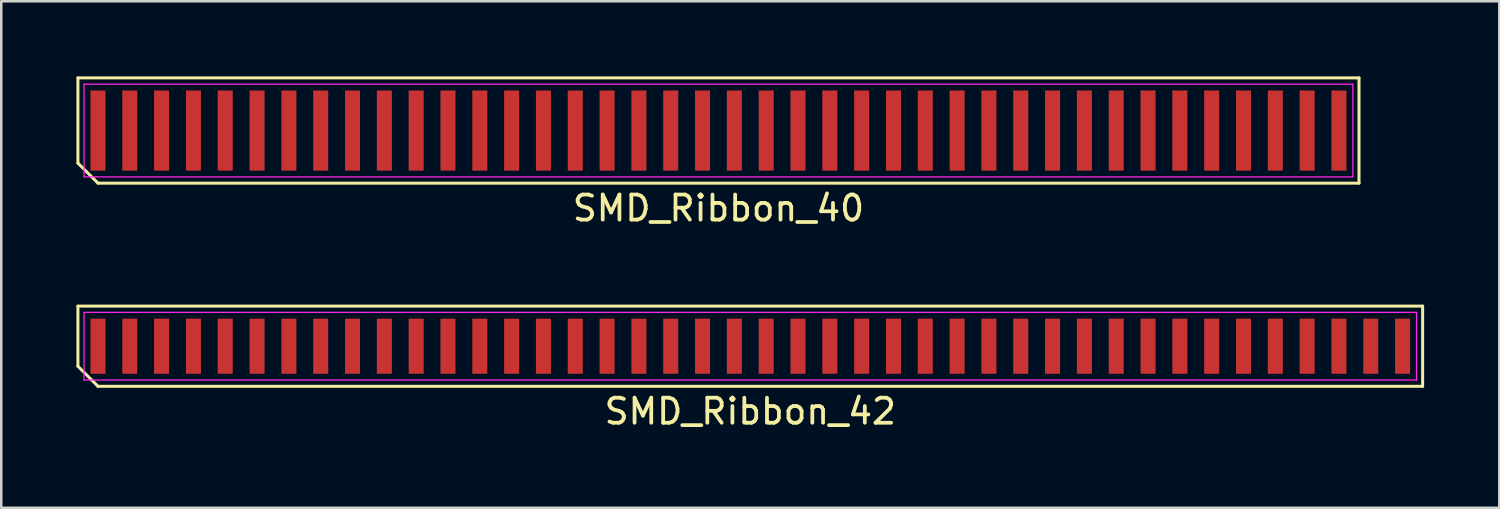
<source format=kicad_pcb>
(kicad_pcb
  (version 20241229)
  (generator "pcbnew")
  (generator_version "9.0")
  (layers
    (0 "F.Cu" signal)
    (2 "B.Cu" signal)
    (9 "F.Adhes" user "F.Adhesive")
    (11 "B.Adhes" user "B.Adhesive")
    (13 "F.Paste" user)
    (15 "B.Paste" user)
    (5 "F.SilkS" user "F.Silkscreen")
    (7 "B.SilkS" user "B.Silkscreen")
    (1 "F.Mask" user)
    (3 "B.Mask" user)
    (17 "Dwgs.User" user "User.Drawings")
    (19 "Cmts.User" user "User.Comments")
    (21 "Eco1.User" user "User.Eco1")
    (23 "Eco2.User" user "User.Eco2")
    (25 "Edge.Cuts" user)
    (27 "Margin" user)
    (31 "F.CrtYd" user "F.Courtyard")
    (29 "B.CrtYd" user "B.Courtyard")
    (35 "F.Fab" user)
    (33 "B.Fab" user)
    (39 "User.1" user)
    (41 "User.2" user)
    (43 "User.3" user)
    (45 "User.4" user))
  (footprint "SMD_Ribbon_42"
    (layer "F.Cu")
    (at 26.895 10.768)
    (property "Reference" "SMD_Ribbon_42" (at 0 2.6 0) (layer "F.SilkS") (effects (font (size 1 1) (thickness 0.15))))
    (attr smd)
    (fp_line (start -26.835 -1.6) (end 26.835 -1.6) (stroke (width 0.12) (type solid)) (layer "F.SilkS"))
    (fp_line (start -26.835 0.8) (end -26.835 -1.6) (stroke (width 0.12) (type solid)) (layer "F.SilkS"))
    (fp_line (start -26.035 1.6) (end -26.835 0.8) (stroke (width 0.12) (type solid)) (layer "F.SilkS"))
    (fp_line (start 26.835 -1.6) (end 26.835 1.6) (stroke (width 0.12) (type solid)) (layer "F.SilkS"))
    (fp_line (start 26.835 1.6) (end -26.035 1.6) (stroke (width 0.12) (type solid)) (layer "F.SilkS"))
    (fp_line (start -26.59 -1.35) (end 26.59 -1.35) (stroke (width 0.05) (type solid)) (layer "F.CrtYd"))
    (fp_line (start -26.59 1.35) (end -26.59 -1.35) (stroke (width 0.05) (type solid)) (layer "F.CrtYd"))
    (fp_line (start 26.59 -1.35) (end 26.59 1.35) (stroke (width 0.05) (type solid)) (layer "F.CrtYd"))
    (fp_line (start 26.59 1.35) (end -26.59 1.35) (stroke (width 0.05) (type solid)) (layer "F.CrtYd"))
    (pad "1" smd rect (at -26.035 0) (size 0.6 2.2) (layers "F.Cu" "F.Mask" "F.Paste"))
    (pad "2" smd rect (at -24.765 0) (size 0.6 2.2) (layers "F.Cu" "F.Mask" "F.Paste"))
    (pad "3" smd rect (at -23.495 0) (size 0.6 2.2) (layers "F.Cu" "F.Mask" "F.Paste"))
    (pad "4" smd rect (at -22.225 0) (size 0.6 2.2) (layers "F.Cu" "F.Mask" "F.Paste"))
    (pad "5" smd rect (at -20.955 0) (size 0.6 2.2) (layers "F.Cu" "F.Mask" "F.Paste"))
    (pad "6" smd rect (at -19.685 0) (size 0.6 2.2) (layers "F.Cu" "F.Mask" "F.Paste"))
    (pad "7" smd rect (at -18.415 0) (size 0.6 2.2) (layers "F.Cu" "F.Mask" "F.Paste"))
    (pad "8" smd rect (at -17.145 0) (size 0.6 2.2) (layers "F.Cu" "F.Mask" "F.Paste"))
    (pad "9" smd rect (at -15.875 0) (size 0.6 2.2) (layers "F.Cu" "F.Mask" "F.Paste"))
    (pad "10" smd rect (at -14.605 0) (size 0.6 2.2) (layers "F.Cu" "F.Mask" "F.Paste"))
    (pad "11" smd rect (at -13.335 0) (size 0.6 2.2) (layers "F.Cu" "F.Mask" "F.Paste"))
    (pad "12" smd rect (at -12.065 0) (size 0.6 2.2) (layers "F.Cu" "F.Mask" "F.Paste"))
    (pad "13" smd rect (at -10.795 0) (size 0.6 2.2) (layers "F.Cu" "F.Mask" "F.Paste"))
    (pad "14" smd rect (at -9.525 0) (size 0.6 2.2) (layers "F.Cu" "F.Mask" "F.Paste"))
    (pad "15" smd rect (at -8.255 0) (size 0.6 2.2) (layers "F.Cu" "F.Mask" "F.Paste"))
    (pad "16" smd rect (at -6.985 0) (size 0.6 2.2) (layers "F.Cu" "F.Mask" "F.Paste"))
    (pad "17" smd rect (at -5.715 0) (size 0.6 2.2) (layers "F.Cu" "F.Mask" "F.Paste"))
    (pad "18" smd rect (at -4.445 0) (size 0.6 2.2) (layers "F.Cu" "F.Mask" "F.Paste"))
    (pad "19" smd rect (at -3.175 0) (size 0.6 2.2) (layers "F.Cu" "F.Mask" "F.Paste"))
    (pad "20" smd rect (at -1.905 0) (size 0.6 2.2) (layers "F.Cu" "F.Mask" "F.Paste"))
    (pad "21" smd rect (at -0.635 0) (size 0.6 2.2) (layers "F.Cu" "F.Mask" "F.Paste"))
    (pad "22" smd rect (at 0.635 0) (size 0.6 2.2) (layers "F.Cu" "F.Mask" "F.Paste"))
    (pad "23" smd rect (at 1.905 0) (size 0.6 2.2) (layers "F.Cu" "F.Mask" "F.Paste"))
    (pad "24" smd rect (at 3.175 0) (size 0.6 2.2) (layers "F.Cu" "F.Mask" "F.Paste"))
    (pad "25" smd rect (at 4.445 0) (size 0.6 2.2) (layers "F.Cu" "F.Mask" "F.Paste"))
    (pad "26" smd rect (at 5.715 0) (size 0.6 2.2) (layers "F.Cu" "F.Mask" "F.Paste"))
    (pad "27" smd rect (at 6.985 0) (size 0.6 2.2) (layers "F.Cu" "F.Mask" "F.Paste"))
    (pad "28" smd rect (at 8.255 0) (size 0.6 2.2) (layers "F.Cu" "F.Mask" "F.Paste"))
    (pad "29" smd rect (at 9.525 0) (size 0.6 2.2) (layers "F.Cu" "F.Mask" "F.Paste"))
    (pad "30" smd rect (at 10.795 0) (size 0.6 2.2) (layers "F.Cu" "F.Mask" "F.Paste"))
    (pad "31" smd rect (at 12.065 0) (size 0.6 2.2) (layers "F.Cu" "F.Mask" "F.Paste"))
    (pad "32" smd rect (at 13.335 0) (size 0.6 2.2) (layers "F.Cu" "F.Mask" "F.Paste"))
    (pad "33" smd rect (at 14.605 0) (size 0.6 2.2) (layers "F.Cu" "F.Mask" "F.Paste"))
    (pad "34" smd rect (at 15.875 0) (size 0.6 2.2) (layers "F.Cu" "F.Mask" "F.Paste"))
    (pad "35" smd rect (at 17.145 0) (size 0.6 2.2) (layers "F.Cu" "F.Mask" "F.Paste"))
    (pad "36" smd rect (at 18.415 0) (size 0.6 2.2) (layers "F.Cu" "F.Mask" "F.Paste"))
    (pad "37" smd rect (at 19.685 0) (size 0.6 2.2) (layers "F.Cu" "F.Mask" "F.Paste"))
    (pad "38" smd rect (at 20.955 0) (size 0.6 2.2) (layers "F.Cu" "F.Mask" "F.Paste"))
    (pad "39" smd rect (at 22.225 0) (size 0.6 2.2) (layers "F.Cu" "F.Mask" "F.Paste"))
    (pad "40" smd rect (at 23.495 0) (size 0.6 2.2) (layers "F.Cu" "F.Mask" "F.Paste"))
    (pad "41" smd rect (at 24.765 0) (size 0.6 2.2) (layers "F.Cu" "F.Mask" "F.Paste"))
    (pad "42" smd rect (at 26.035 0) (size 0.6 2.2) (layers "F.Cu" "F.Mask" "F.Paste")))
  (footprint "SMD_Ribbon_40"
    (layer "F.Cu")
    (at 25.625 2.66)
    (property "Reference" "SMD_Ribbon_40" (at 0 2.6 0) (layer "F.SilkS") (effects (font (size 1 1) (thickness 0.15))))
    (attr smd)
    (fp_line (start -25.565 -2.6) (end 25.565 -2.6) (stroke (width 0.12) (type solid)) (layer "F.SilkS"))
    (fp_line (start -25.565 0.8) (end -25.565 -2.6) (stroke (width 0.12) (type solid)) (layer "F.SilkS"))
    (fp_line (start -24.765 1.6) (end -25.565 0.8) (stroke (width 0.12) (type solid)) (layer "F.SilkS"))
    (fp_line (start 25.565 -2.6) (end 25.565 1.6) (stroke (width 0.12) (type solid)) (layer "F.SilkS"))
    (fp_line (start 25.565 1.6) (end -24.765 1.6) (stroke (width 0.12) (type solid)) (layer "F.SilkS"))
    (fp_line (start -25.32 -2.35) (end 25.32 -2.35) (stroke (width 0.05) (type solid)) (layer "F.CrtYd"))
    (fp_line (start -25.32 1.35) (end -25.32 -2.35) (stroke (width 0.05) (type solid)) (layer "F.CrtYd"))
    (fp_line (start 25.32 -2.35) (end 25.32 1.35) (stroke (width 0.05) (type solid)) (layer "F.CrtYd"))
    (fp_line (start 25.32 1.35) (end -25.32 1.35) (stroke (width 0.05) (type solid)) (layer "F.CrtYd"))
    (pad "1" smd rect (at -24.765 -0.5) (size 0.6 3.2) (layers "F.Cu" "F.Mask" "F.Paste"))
    (pad "2" smd rect (at -23.495 -0.5) (size 0.6 3.2) (layers "F.Cu" "F.Mask" "F.Paste"))
    (pad "3" smd rect (at -22.225 -0.5) (size 0.6 3.2) (layers "F.Cu" "F.Mask" "F.Paste"))
    (pad "4" smd rect (at -20.955 -0.5) (size 0.6 3.2) (layers "F.Cu" "F.Mask" "F.Paste"))
    (pad "5" smd rect (at -19.685 -0.5) (size 0.6 3.2) (layers "F.Cu" "F.Mask" "F.Paste"))
    (pad "6" smd rect (at -18.415 -0.5) (size 0.6 3.2) (layers "F.Cu" "F.Mask" "F.Paste"))
    (pad "7" smd rect (at -17.145 -0.5) (size 0.6 3.2) (layers "F.Cu" "F.Mask" "F.Paste"))
    (pad "8" smd rect (at -15.875 -0.5) (size 0.6 3.2) (layers "F.Cu" "F.Mask" "F.Paste"))
    (pad "9" smd rect (at -14.605 -0.5) (size 0.6 3.2) (layers "F.Cu" "F.Mask" "F.Paste"))
    (pad "10" smd rect (at -13.335 -0.5) (size 0.6 3.2) (layers "F.Cu" "F.Mask" "F.Paste"))
    (pad "11" smd rect (at -12.065 -0.5) (size 0.6 3.2) (layers "F.Cu" "F.Mask" "F.Paste"))
    (pad "12" smd rect (at -10.795 -0.5) (size 0.6 3.2) (layers "F.Cu" "F.Mask" "F.Paste"))
    (pad "13" smd rect (at -9.525 -0.5) (size 0.6 3.2) (layers "F.Cu" "F.Mask" "F.Paste"))
    (pad "14" smd rect (at -8.255 -0.5) (size 0.6 3.2) (layers "F.Cu" "F.Mask" "F.Paste"))
    (pad "15" smd rect (at -6.985 -0.5) (size 0.6 3.2) (layers "F.Cu" "F.Mask" "F.Paste"))
    (pad "16" smd rect (at -5.715 -0.5) (size 0.6 3.2) (layers "F.Cu" "F.Mask" "F.Paste"))
    (pad "17" smd rect (at -4.445 -0.5) (size 0.6 3.2) (layers "F.Cu" "F.Mask" "F.Paste"))
    (pad "18" smd rect (at -3.175 -0.5) (size 0.6 3.2) (layers "F.Cu" "F.Mask" "F.Paste"))
    (pad "19" smd rect (at -1.905 -0.5) (size 0.6 3.2) (layers "F.Cu" "F.Mask" "F.Paste"))
    (pad "20" smd rect (at -0.635 -0.5) (size 0.6 3.2) (layers "F.Cu" "F.Mask" "F.Paste"))
    (pad "21" smd rect (at 0.635 -0.5) (size 0.6 3.2) (layers "F.Cu" "F.Mask" "F.Paste"))
    (pad "22" smd rect (at 1.905 -0.5) (size 0.6 3.2) (layers "F.Cu" "F.Mask" "F.Paste"))
    (pad "23" smd rect (at 3.175 -0.5) (size 0.6 3.2) (layers "F.Cu" "F.Mask" "F.Paste"))
    (pad "24" smd rect (at 4.445 -0.5) (size 0.6 3.2) (layers "F.Cu" "F.Mask" "F.Paste"))
    (pad "25" smd rect (at 5.715 -0.5) (size 0.6 3.2) (layers "F.Cu" "F.Mask" "F.Paste"))
    (pad "26" smd rect (at 6.985 -0.5) (size 0.6 3.2) (layers "F.Cu" "F.Mask" "F.Paste"))
    (pad "27" smd rect (at 8.255 -0.5) (size 0.6 3.2) (layers "F.Cu" "F.Mask" "F.Paste"))
    (pad "28" smd rect (at 9.525 -0.5) (size 0.6 3.2) (layers "F.Cu" "F.Mask" "F.Paste"))
    (pad "29" smd rect (at 10.795 -0.5) (size 0.6 3.2) (layers "F.Cu" "F.Mask" "F.Paste"))
    (pad "30" smd rect (at 12.065 -0.5) (size 0.6 3.2) (layers "F.Cu" "F.Mask" "F.Paste"))
    (pad "31" smd rect (at 13.335 -0.5) (size 0.6 3.2) (layers "F.Cu" "F.Mask" "F.Paste"))
    (pad "32" smd rect (at 14.605 -0.5) (size 0.6 3.2) (layers "F.Cu" "F.Mask" "F.Paste"))
    (pad "33" smd rect (at 15.875 -0.5) (size 0.6 3.2) (layers "F.Cu" "F.Mask" "F.Paste"))
    (pad "34" smd rect (at 17.145 -0.5) (size 0.6 3.2) (layers "F.Cu" "F.Mask" "F.Paste"))
    (pad "35" smd rect (at 18.415 -0.5) (size 0.6 3.2) (layers "F.Cu" "F.Mask" "F.Paste"))
    (pad "36" smd rect (at 19.685 -0.5) (size 0.6 3.2) (layers "F.Cu" "F.Mask" "F.Paste"))
    (pad "37" smd rect (at 20.955 -0.5) (size 0.6 3.2) (layers "F.Cu" "F.Mask" "F.Paste"))
    (pad "38" smd rect (at 22.225 -0.5) (size 0.6 3.2) (layers "F.Cu" "F.Mask" "F.Paste"))
    (pad "39" smd rect (at 23.495 -0.5) (size 0.6 3.2) (layers "F.Cu" "F.Mask" "F.Paste"))
    (pad "40" smd rect (at 24.765 -0.5) (size 0.6 3.2) (layers "F.Cu" "F.Mask" "F.Paste")))
  (gr_rect
    (start -3 -3)
    (end 56.79 17.216)
    (stroke (width 0.1) (type default))
    (fill no)
    (layer "Edge.Cuts")))
</source>
